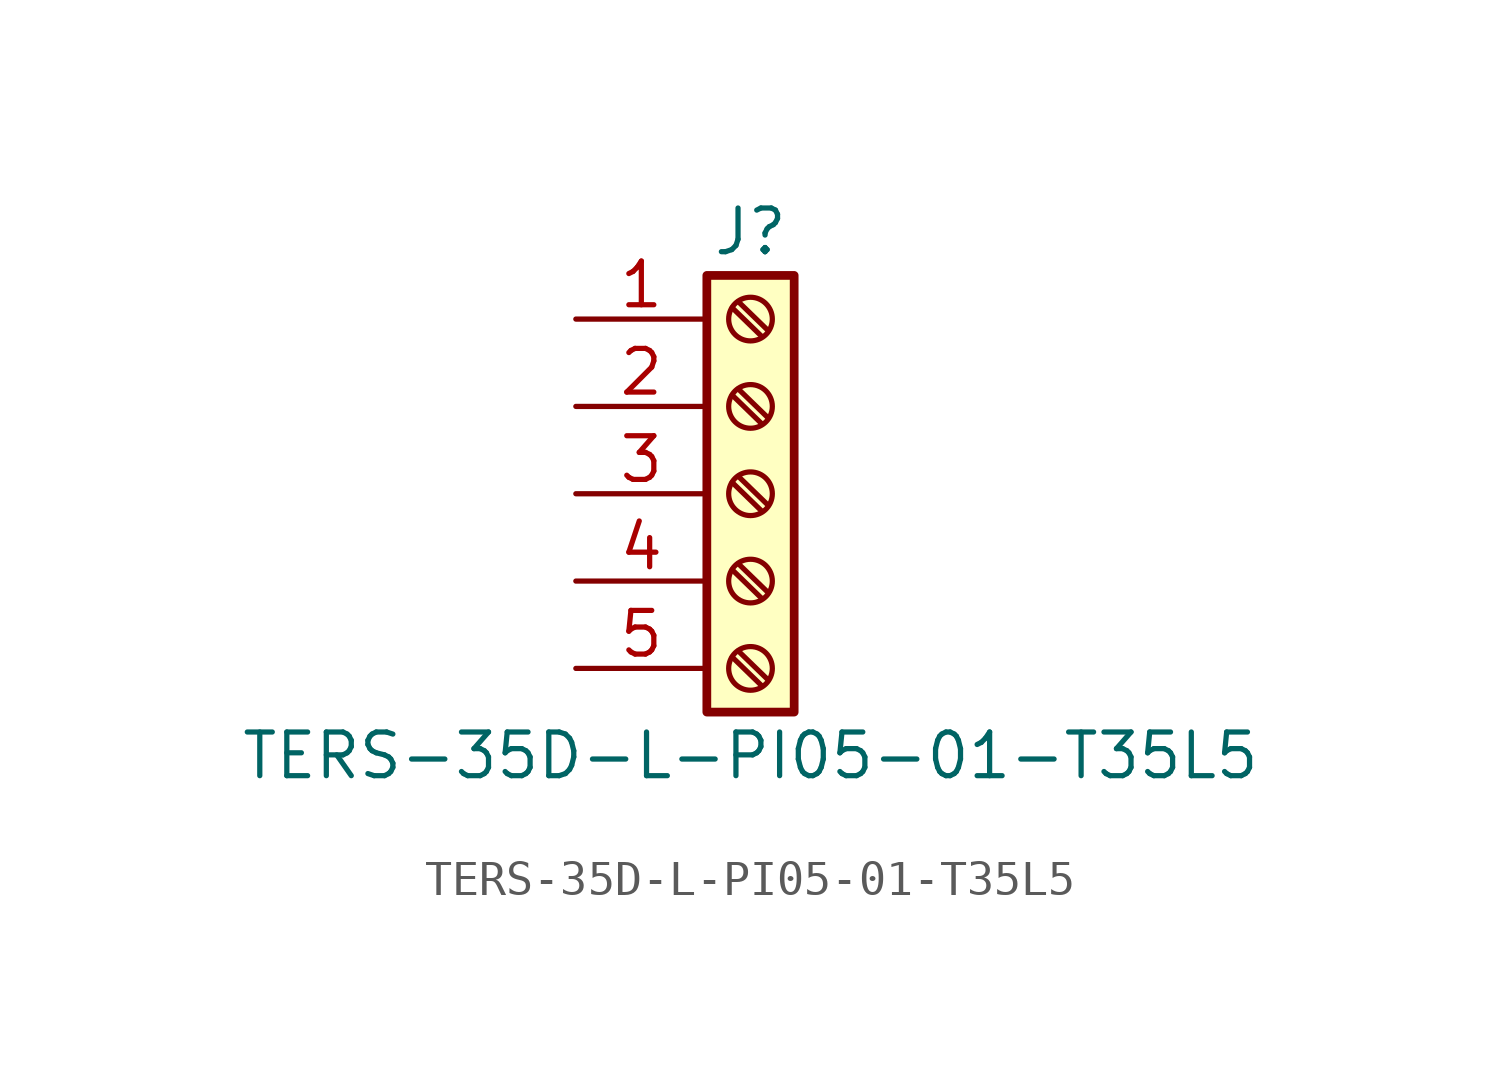
<source format=kicad_sym>
(kicad_symbol_lib
  (version 20211014)
  (generator kicad_symbol_editor)
  (symbol "TERS-35D-L-PI05-01-T35L5"
    (pin_names
      (offset 1.016) hide)
    (property "Reference" "J"
      (at 0 7.62 0)
      (effects (font (size 1.27 1.27))))
    (property "Value" "TERS-35D-L-PI05-01-T35L5"
      (at 0 -7.62 0)
      (effects (font (size 1.27 1.27))))
    (symbol "TERS-35D-L-PI05-01-T35L5_1_1"
      (rectangle (start -1.27 6.35) (end 1.27 -6.35) (stroke (width 0.254) (type default) (color 0 0 0 0)) (fill (type background)))
      (circle (center 0 -5.08) (radius 0.635) (stroke (width 0.152) (type default) (color 0 0 0 0)) (fill (type none)))
      (circle (center 0 -2.54) (radius 0.635) (stroke (width 0.152) (type default) (color 0 0 0 0)) (fill (type none)))
      (polyline (pts (xy -0.533 -4.75) (xy 0.33 -5.588)) (stroke (width 0.152) (type default) (color 0 0 0 0)) (fill (type none)))
      (polyline (pts (xy -0.533 -2.21) (xy 0.33 -3.048)) (stroke (width 0.152) (type default) (color 0 0 0 0)) (fill (type none)))
      (polyline (pts (xy -0.533 0.33) (xy 0.33 -0.508)) (stroke (width 0.152) (type default) (color 0 0 0 0)) (fill (type none)))
      (polyline (pts (xy -0.533 2.87) (xy 0.33 2.032)) (stroke (width 0.152) (type default) (color 0 0 0 0)) (fill (type none)))
      (polyline (pts (xy -0.533 5.41) (xy 0.33 4.572)) (stroke (width 0.152) (type default) (color 0 0 0 0)) (fill (type none)))
      (polyline (pts (xy -0.356 -4.572) (xy 0.508 -5.41)) (stroke (width 0.152) (type default) (color 0 0 0 0)) (fill (type none)))
      (polyline (pts (xy -0.356 -2.032) (xy 0.508 -2.87)) (stroke (width 0.152) (type default) (color 0 0 0 0)) (fill (type none)))
      (polyline (pts (xy -0.356 0.508) (xy 0.508 -0.33)) (stroke (width 0.152) (type default) (color 0 0 0 0)) (fill (type none)))
      (polyline (pts (xy -0.356 3.048) (xy 0.508 2.21)) (stroke (width 0.152) (type default) (color 0 0 0 0)) (fill (type none)))
      (polyline (pts (xy -0.356 5.588) (xy 0.508 4.75)) (stroke (width 0.152) (type default) (color 0 0 0 0)) (fill (type none)))
      (circle (center 0 0) (radius 0.635) (stroke (width 0.152) (type default) (color 0 0 0 0)) (fill (type none)))
      (circle (center 0 2.54) (radius 0.635) (stroke (width 0.152) (type default) (color 0 0 0 0)) (fill (type none)))
      (circle (center 0 5.08) (radius 0.635) (stroke (width 0.152) (type default) (color 0 0 0 0)) (fill (type none)))
      (pin passive line (at -5.08 5.08 0) (length 3.81) (name "Pin_1" (effects (font (size 1.27 1.27)))) (number "1" (effects (font (size 1.27 1.27)))))
      (pin passive line (at -5.08 2.54 0) (length 3.81) (name "Pin_2" (effects (font (size 1.27 1.27)))) (number "2" (effects (font (size 1.27 1.27)))))
      (pin passive line (at -5.08 0 0) (length 3.81) (name "Pin_3" (effects (font (size 1.27 1.27)))) (number "3" (effects (font (size 1.27 1.27)))))
      (pin passive line (at -5.08 -2.54 0) (length 3.81) (name "Pin_4" (effects (font (size 1.27 1.27)))) (number "4" (effects (font (size 1.27 1.27)))))
      (pin passive line (at -5.08 -5.08 0) (length 3.81) (name "Pin_5" (effects (font (size 1.27 1.27)))) (number "5" (effects (font (size 1.27 1.27))))))))
</source>
